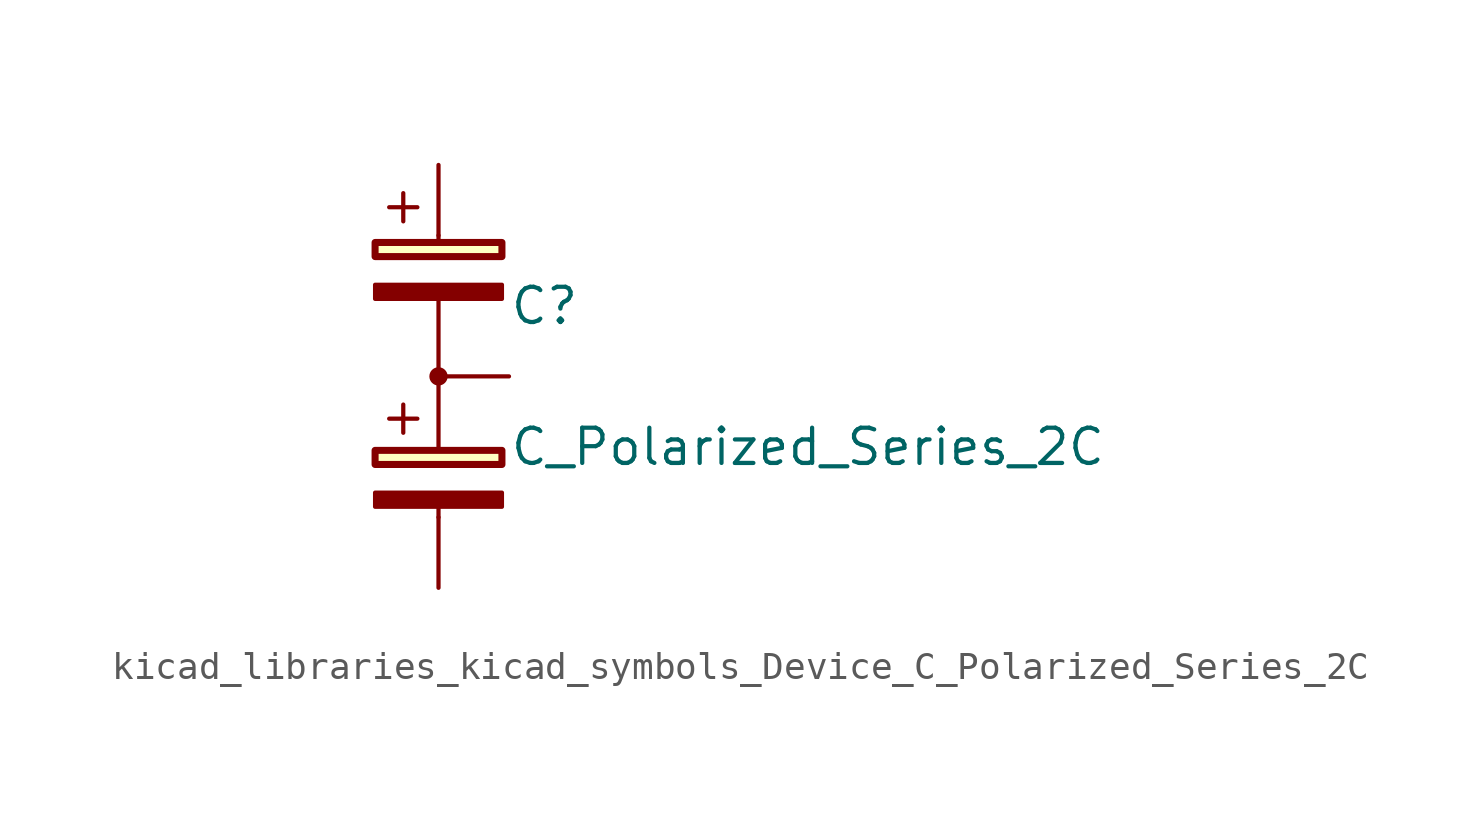
<source format=kicad_sym>
(kicad_symbol_lib
  (version 20220914)
  (generator kicad_symbol_editor)
  (symbol "kicad_libraries_kicad_symbols_Device_C_Polarized_Series_2C"
    (pin_numbers hide)
    (property "Reference" "C"
      (at 2.54 2.54 0)
      (effects (font (size 1.27 1.27)) (justify left)))
    (property "Value" "C_Polarized_Series_2C"
      (at 2.54 -2.54 0)
      (effects (font (size 1.27 1.27)) (justify left)))
    (symbol "kicad_libraries_kicad_symbols_Device_C_Polarized_Series_2C_0_1"
      (rectangle (start -2.286 -3.175) (end 2.286 -2.667) (stroke (width 0.254) (type default)) (fill (type background)))
      (rectangle (start -2.286 4.318) (end 2.286 4.826) (stroke (width 0.254) (type default)) (fill (type background)))
      (polyline (pts (xy -1.778 -1.524) (xy -0.762 -1.524)) (stroke (width 0) (type default)) (fill (type none)))
      (polyline (pts (xy -1.778 6.096) (xy -0.762 6.096)) (stroke (width 0) (type default)) (fill (type none)))
      (polyline (pts (xy -1.27 -1.016) (xy -1.27 -2.032)) (stroke (width 0) (type default)) (fill (type none)))
      (polyline (pts (xy -1.27 6.604) (xy -1.27 5.588)) (stroke (width 0) (type default)) (fill (type none)))
      (polyline (pts (xy 0 -5.08) (xy 0 -4.572)) (stroke (width 0.152) (type default)) (fill (type none)))
      (polyline (pts (xy 0 2.794) (xy 0 -2.667)) (stroke (width 0.152) (type default)) (fill (type none)))
      (polyline (pts (xy 0 5.08) (xy 0 4.826)) (stroke (width 0.152) (type default)) (fill (type none)))
      (circle (center 0 0) (radius 0.254) (stroke (width 0) (type default)) (fill (type outline)))
      (rectangle (start 2.286 -4.191) (end -2.286 -4.699) (stroke (width 0) (type default)) (fill (type outline)))
      (rectangle (start 2.286 3.302) (end -2.286 2.794) (stroke (width 0) (type default)) (fill (type outline))))
    (symbol "kicad_libraries_kicad_symbols_Device_C_Polarized_Series_2C_1_1"
      (pin passive line (at 0 7.62 270) (length 2.54) (name "~" (effects (font (size 1.27 1.27)))) (number "1" (effects (font (size 1.27 1.27)))))
      (pin passive line (at 2.54 0 180) (length 2.54) (name "~" (effects (font (size 1.27 1.27)))) (number "2" (effects (font (size 1.27 1.27)))))
      (pin passive line (at 0 -7.62 90) (length 2.54) (name "~" (effects (font (size 1.27 1.27)))) (number "3" (effects (font (size 1.27 1.27))))))))
</source>
